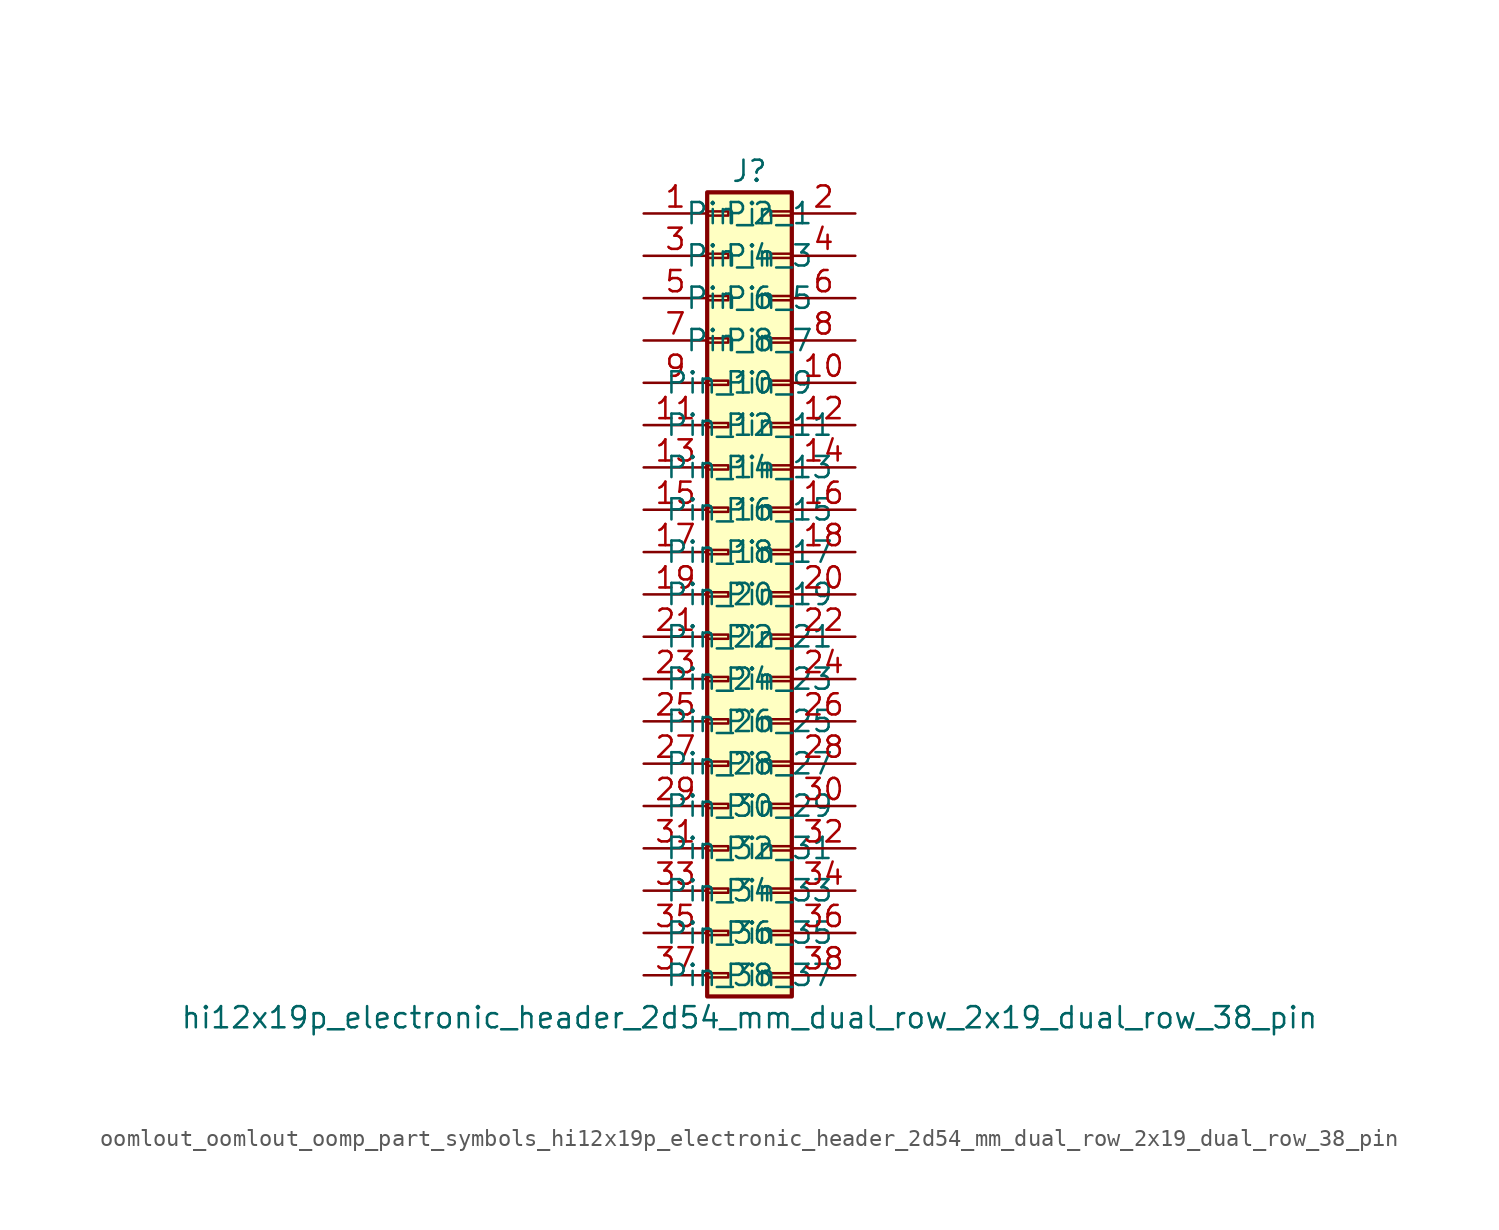
<source format=kicad_sym>
(kicad_symbol_lib
  (version 20220914)
  (generator kicad_symbol_editor)
  (symbol "oomlout_oomlout_oomp_part_symbols_hi12x19p_electronic_header_2d54_mm_dual_row_2x19_dual_row_38_pin"
    (pin_names
      (offset 1.016))
    (property "Reference" "J"
      (at 1.27 25.4 0)
      (effects (font (size 1.27 1.27))))
    (property "Value" "hi12x19p_electronic_header_2d54_mm_dual_row_2x19_dual_row_38_pin"
      (at 1.27 -25.4 0)
      (effects (font (size 1.27 1.27))))
    (symbol "oomlout_oomlout_oomp_part_symbols_hi12x19p_electronic_header_2d54_mm_dual_row_2x19_dual_row_38_pin_1_1"
      (rectangle (start -1.27 -22.733) (end 0 -22.987) (stroke (width 0.152) (type default)) (fill (type none)))
      (rectangle (start -1.27 -20.193) (end 0 -20.447) (stroke (width 0.152) (type default)) (fill (type none)))
      (rectangle (start -1.27 -17.653) (end 0 -17.907) (stroke (width 0.152) (type default)) (fill (type none)))
      (rectangle (start -1.27 -15.113) (end 0 -15.367) (stroke (width 0.152) (type default)) (fill (type none)))
      (rectangle (start -1.27 -12.573) (end 0 -12.827) (stroke (width 0.152) (type default)) (fill (type none)))
      (rectangle (start -1.27 -10.033) (end 0 -10.287) (stroke (width 0.152) (type default)) (fill (type none)))
      (rectangle (start -1.27 -7.493) (end 0 -7.747) (stroke (width 0.152) (type default)) (fill (type none)))
      (rectangle (start -1.27 -4.953) (end 0 -5.207) (stroke (width 0.152) (type default)) (fill (type none)))
      (rectangle (start -1.27 -2.413) (end 0 -2.667) (stroke (width 0.152) (type default)) (fill (type none)))
      (rectangle (start -1.27 0.127) (end 0 -0.127) (stroke (width 0.152) (type default)) (fill (type none)))
      (rectangle (start -1.27 2.667) (end 0 2.413) (stroke (width 0.152) (type default)) (fill (type none)))
      (rectangle (start -1.27 5.207) (end 0 4.953) (stroke (width 0.152) (type default)) (fill (type none)))
      (rectangle (start -1.27 7.747) (end 0 7.493) (stroke (width 0.152) (type default)) (fill (type none)))
      (rectangle (start -1.27 10.287) (end 0 10.033) (stroke (width 0.152) (type default)) (fill (type none)))
      (rectangle (start -1.27 12.827) (end 0 12.573) (stroke (width 0.152) (type default)) (fill (type none)))
      (rectangle (start -1.27 15.367) (end 0 15.113) (stroke (width 0.152) (type default)) (fill (type none)))
      (rectangle (start -1.27 17.907) (end 0 17.653) (stroke (width 0.152) (type default)) (fill (type none)))
      (rectangle (start -1.27 20.447) (end 0 20.193) (stroke (width 0.152) (type default)) (fill (type none)))
      (rectangle (start -1.27 22.987) (end 0 22.733) (stroke (width 0.152) (type default)) (fill (type none)))
      (rectangle (start -1.27 24.13) (end 3.81 -24.13) (stroke (width 0.254) (type default)) (fill (type background)))
      (rectangle (start 3.81 -22.733) (end 2.54 -22.987) (stroke (width 0.152) (type default)) (fill (type none)))
      (rectangle (start 3.81 -20.193) (end 2.54 -20.447) (stroke (width 0.152) (type default)) (fill (type none)))
      (rectangle (start 3.81 -17.653) (end 2.54 -17.907) (stroke (width 0.152) (type default)) (fill (type none)))
      (rectangle (start 3.81 -15.113) (end 2.54 -15.367) (stroke (width 0.152) (type default)) (fill (type none)))
      (rectangle (start 3.81 -12.573) (end 2.54 -12.827) (stroke (width 0.152) (type default)) (fill (type none)))
      (rectangle (start 3.81 -10.033) (end 2.54 -10.287) (stroke (width 0.152) (type default)) (fill (type none)))
      (rectangle (start 3.81 -7.493) (end 2.54 -7.747) (stroke (width 0.152) (type default)) (fill (type none)))
      (rectangle (start 3.81 -4.953) (end 2.54 -5.207) (stroke (width 0.152) (type default)) (fill (type none)))
      (rectangle (start 3.81 -2.413) (end 2.54 -2.667) (stroke (width 0.152) (type default)) (fill (type none)))
      (rectangle (start 3.81 0.127) (end 2.54 -0.127) (stroke (width 0.152) (type default)) (fill (type none)))
      (rectangle (start 3.81 2.667) (end 2.54 2.413) (stroke (width 0.152) (type default)) (fill (type none)))
      (rectangle (start 3.81 5.207) (end 2.54 4.953) (stroke (width 0.152) (type default)) (fill (type none)))
      (rectangle (start 3.81 7.747) (end 2.54 7.493) (stroke (width 0.152) (type default)) (fill (type none)))
      (rectangle (start 3.81 10.287) (end 2.54 10.033) (stroke (width 0.152) (type default)) (fill (type none)))
      (rectangle (start 3.81 12.827) (end 2.54 12.573) (stroke (width 0.152) (type default)) (fill (type none)))
      (rectangle (start 3.81 15.367) (end 2.54 15.113) (stroke (width 0.152) (type default)) (fill (type none)))
      (rectangle (start 3.81 17.907) (end 2.54 17.653) (stroke (width 0.152) (type default)) (fill (type none)))
      (rectangle (start 3.81 20.447) (end 2.54 20.193) (stroke (width 0.152) (type default)) (fill (type none)))
      (rectangle (start 3.81 22.987) (end 2.54 22.733) (stroke (width 0.152) (type default)) (fill (type none)))
      (pin passive line (at -5.08 22.86 0) (length 3.81) (name "Pin_1" (effects (font (size 1.27 1.27)))) (number "1" (effects (font (size 1.27 1.27)))))
      (pin passive line (at 7.62 12.7 180) (length 3.81) (name "Pin_10" (effects (font (size 1.27 1.27)))) (number "10" (effects (font (size 1.27 1.27)))))
      (pin passive line (at -5.08 10.16 0) (length 3.81) (name "Pin_11" (effects (font (size 1.27 1.27)))) (number "11" (effects (font (size 1.27 1.27)))))
      (pin passive line (at 7.62 10.16 180) (length 3.81) (name "Pin_12" (effects (font (size 1.27 1.27)))) (number "12" (effects (font (size 1.27 1.27)))))
      (pin passive line (at -5.08 7.62 0) (length 3.81) (name "Pin_13" (effects (font (size 1.27 1.27)))) (number "13" (effects (font (size 1.27 1.27)))))
      (pin passive line (at 7.62 7.62 180) (length 3.81) (name "Pin_14" (effects (font (size 1.27 1.27)))) (number "14" (effects (font (size 1.27 1.27)))))
      (pin passive line (at -5.08 5.08 0) (length 3.81) (name "Pin_15" (effects (font (size 1.27 1.27)))) (number "15" (effects (font (size 1.27 1.27)))))
      (pin passive line (at 7.62 5.08 180) (length 3.81) (name "Pin_16" (effects (font (size 1.27 1.27)))) (number "16" (effects (font (size 1.27 1.27)))))
      (pin passive line (at -5.08 2.54 0) (length 3.81) (name "Pin_17" (effects (font (size 1.27 1.27)))) (number "17" (effects (font (size 1.27 1.27)))))
      (pin passive line (at 7.62 2.54 180) (length 3.81) (name "Pin_18" (effects (font (size 1.27 1.27)))) (number "18" (effects (font (size 1.27 1.27)))))
      (pin passive line (at -5.08 0 0) (length 3.81) (name "Pin_19" (effects (font (size 1.27 1.27)))) (number "19" (effects (font (size 1.27 1.27)))))
      (pin passive line (at 7.62 22.86 180) (length 3.81) (name "Pin_2" (effects (font (size 1.27 1.27)))) (number "2" (effects (font (size 1.27 1.27)))))
      (pin passive line (at 7.62 0 180) (length 3.81) (name "Pin_20" (effects (font (size 1.27 1.27)))) (number "20" (effects (font (size 1.27 1.27)))))
      (pin passive line (at -5.08 -2.54 0) (length 3.81) (name "Pin_21" (effects (font (size 1.27 1.27)))) (number "21" (effects (font (size 1.27 1.27)))))
      (pin passive line (at 7.62 -2.54 180) (length 3.81) (name "Pin_22" (effects (font (size 1.27 1.27)))) (number "22" (effects (font (size 1.27 1.27)))))
      (pin passive line (at -5.08 -5.08 0) (length 3.81) (name "Pin_23" (effects (font (size 1.27 1.27)))) (number "23" (effects (font (size 1.27 1.27)))))
      (pin passive line (at 7.62 -5.08 180) (length 3.81) (name "Pin_24" (effects (font (size 1.27 1.27)))) (number "24" (effects (font (size 1.27 1.27)))))
      (pin passive line (at -5.08 -7.62 0) (length 3.81) (name "Pin_25" (effects (font (size 1.27 1.27)))) (number "25" (effects (font (size 1.27 1.27)))))
      (pin passive line (at 7.62 -7.62 180) (length 3.81) (name "Pin_26" (effects (font (size 1.27 1.27)))) (number "26" (effects (font (size 1.27 1.27)))))
      (pin passive line (at -5.08 -10.16 0) (length 3.81) (name "Pin_27" (effects (font (size 1.27 1.27)))) (number "27" (effects (font (size 1.27 1.27)))))
      (pin passive line (at 7.62 -10.16 180) (length 3.81) (name "Pin_28" (effects (font (size 1.27 1.27)))) (number "28" (effects (font (size 1.27 1.27)))))
      (pin passive line (at -5.08 -12.7 0) (length 3.81) (name "Pin_29" (effects (font (size 1.27 1.27)))) (number "29" (effects (font (size 1.27 1.27)))))
      (pin passive line (at -5.08 20.32 0) (length 3.81) (name "Pin_3" (effects (font (size 1.27 1.27)))) (number "3" (effects (font (size 1.27 1.27)))))
      (pin passive line (at 7.62 -12.7 180) (length 3.81) (name "Pin_30" (effects (font (size 1.27 1.27)))) (number "30" (effects (font (size 1.27 1.27)))))
      (pin passive line (at -5.08 -15.24 0) (length 3.81) (name "Pin_31" (effects (font (size 1.27 1.27)))) (number "31" (effects (font (size 1.27 1.27)))))
      (pin passive line (at 7.62 -15.24 180) (length 3.81) (name "Pin_32" (effects (font (size 1.27 1.27)))) (number "32" (effects (font (size 1.27 1.27)))))
      (pin passive line (at -5.08 -17.78 0) (length 3.81) (name "Pin_33" (effects (font (size 1.27 1.27)))) (number "33" (effects (font (size 1.27 1.27)))))
      (pin passive line (at 7.62 -17.78 180) (length 3.81) (name "Pin_34" (effects (font (size 1.27 1.27)))) (number "34" (effects (font (size 1.27 1.27)))))
      (pin passive line (at -5.08 -20.32 0) (length 3.81) (name "Pin_35" (effects (font (size 1.27 1.27)))) (number "35" (effects (font (size 1.27 1.27)))))
      (pin passive line (at 7.62 -20.32 180) (length 3.81) (name "Pin_36" (effects (font (size 1.27 1.27)))) (number "36" (effects (font (size 1.27 1.27)))))
      (pin passive line (at -5.08 -22.86 0) (length 3.81) (name "Pin_37" (effects (font (size 1.27 1.27)))) (number "37" (effects (font (size 1.27 1.27)))))
      (pin passive line (at 7.62 -22.86 180) (length 3.81) (name "Pin_38" (effects (font (size 1.27 1.27)))) (number "38" (effects (font (size 1.27 1.27)))))
      (pin passive line (at 7.62 20.32 180) (length 3.81) (name "Pin_4" (effects (font (size 1.27 1.27)))) (number "4" (effects (font (size 1.27 1.27)))))
      (pin passive line (at -5.08 17.78 0) (length 3.81) (name "Pin_5" (effects (font (size 1.27 1.27)))) (number "5" (effects (font (size 1.27 1.27)))))
      (pin passive line (at 7.62 17.78 180) (length 3.81) (name "Pin_6" (effects (font (size 1.27 1.27)))) (number "6" (effects (font (size 1.27 1.27)))))
      (pin passive line (at -5.08 15.24 0) (length 3.81) (name "Pin_7" (effects (font (size 1.27 1.27)))) (number "7" (effects (font (size 1.27 1.27)))))
      (pin passive line (at 7.62 15.24 180) (length 3.81) (name "Pin_8" (effects (font (size 1.27 1.27)))) (number "8" (effects (font (size 1.27 1.27)))))
      (pin passive line (at -5.08 12.7 0) (length 3.81) (name "Pin_9" (effects (font (size 1.27 1.27)))) (number "9" (effects (font (size 1.27 1.27))))))))
</source>
